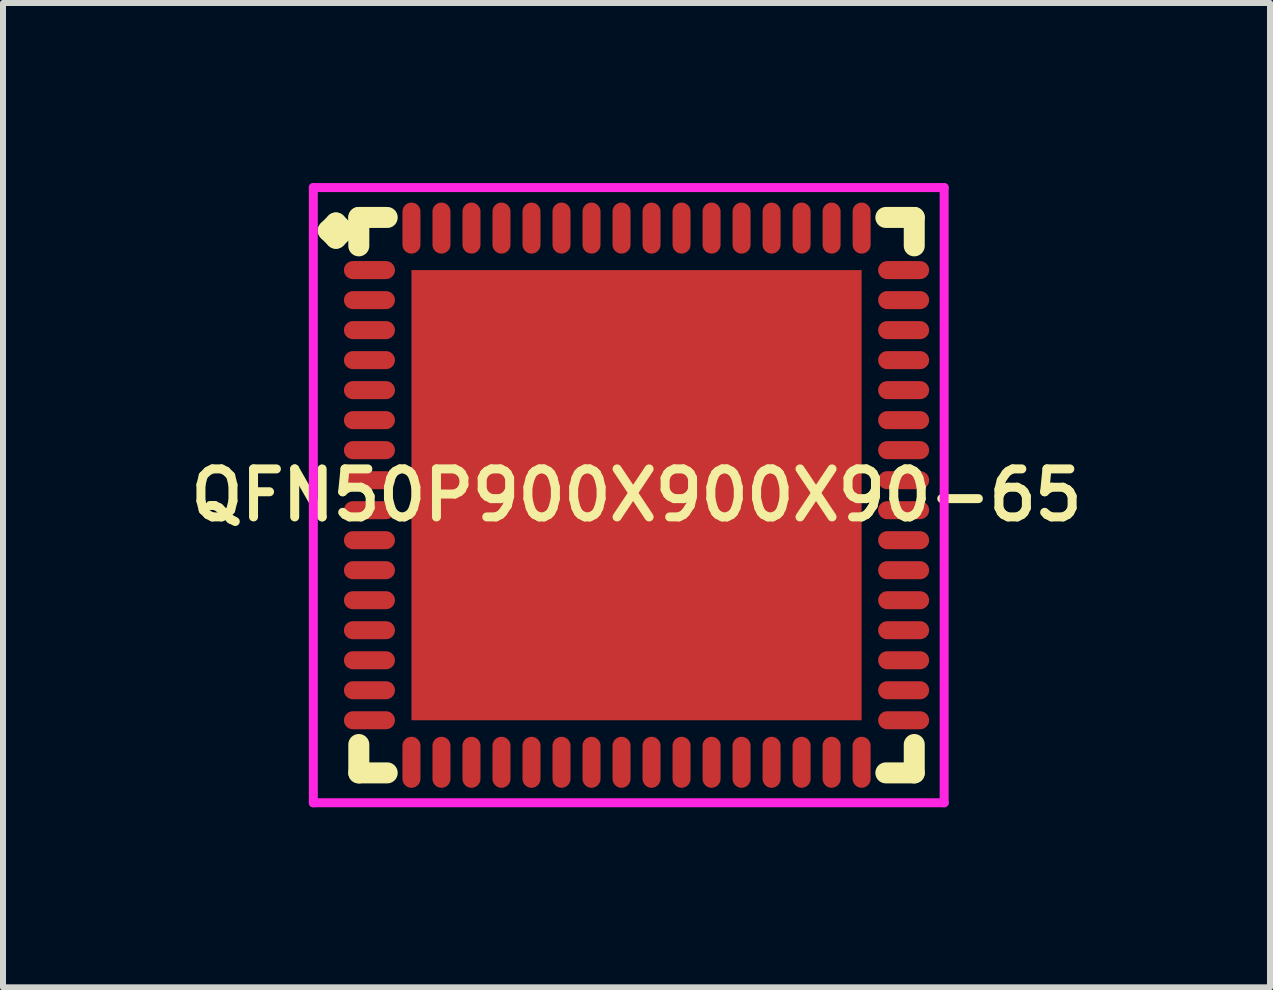
<source format=kicad_pcb>
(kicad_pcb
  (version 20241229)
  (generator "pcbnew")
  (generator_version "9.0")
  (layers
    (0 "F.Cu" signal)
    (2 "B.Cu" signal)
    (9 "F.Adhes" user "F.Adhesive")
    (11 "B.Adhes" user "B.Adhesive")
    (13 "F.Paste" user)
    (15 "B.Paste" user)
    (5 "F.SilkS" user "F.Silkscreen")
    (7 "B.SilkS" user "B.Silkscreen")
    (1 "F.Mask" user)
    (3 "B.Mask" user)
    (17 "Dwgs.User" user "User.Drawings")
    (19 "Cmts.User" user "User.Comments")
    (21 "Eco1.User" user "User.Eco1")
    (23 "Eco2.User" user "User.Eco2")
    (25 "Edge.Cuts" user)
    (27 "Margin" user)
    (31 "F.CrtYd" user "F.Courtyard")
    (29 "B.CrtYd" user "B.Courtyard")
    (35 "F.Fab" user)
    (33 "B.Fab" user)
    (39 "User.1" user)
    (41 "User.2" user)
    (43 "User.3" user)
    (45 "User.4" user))
  (footprint "QFN50P900X900X90-65"
    (layer "F.Cu")
    (at 7.555 5.2)
    (property "Reference" "QFN50P900X900X90-65" (at 0 0 0) (layer "F.SilkS") (effects (font (size 0.8 0.8) (thickness 0.15))))
    (attr smd)
    (fp_line (start -5.135 -4.408) (end -5.008 -4.535) (stroke (width 0.35) (type solid)) (layer "F.SilkS"))
    (fp_line (start -5.008 -4.535) (end -4.881 -4.408) (stroke (width 0.35) (type solid)) (layer "F.SilkS"))
    (fp_line (start -5.008 -4.281) (end -5.135 -4.408) (stroke (width 0.35) (type solid)) (layer "F.SilkS"))
    (fp_line (start -4.881 -4.408) (end -5.008 -4.281) (stroke (width 0.35) (type solid)) (layer "F.SilkS"))
    (fp_line (start -4.627 -4.627) (end -4.154 -4.627) (stroke (width 0.35) (type solid)) (layer "F.SilkS"))
    (fp_line (start -4.627 -4.154) (end -4.627 -4.627) (stroke (width 0.35) (type solid)) (layer "F.SilkS"))
    (fp_line (start -4.627 4.154) (end -4.627 4.627) (stroke (width 0.35) (type solid)) (layer "F.SilkS"))
    (fp_line (start -4.627 4.627) (end -4.154 4.627) (stroke (width 0.35) (type solid)) (layer "F.SilkS"))
    (fp_line (start 4.154 -4.627) (end 4.627 -4.627) (stroke (width 0.35) (type solid)) (layer "F.SilkS"))
    (fp_line (start 4.154 4.627) (end 4.627 4.627) (stroke (width 0.35) (type solid)) (layer "F.SilkS"))
    (fp_line (start 4.627 -4.627) (end 4.627 -4.154) (stroke (width 0.35) (type solid)) (layer "F.SilkS"))
    (fp_line (start 4.627 4.627) (end 4.627 4.154) (stroke (width 0.35) (type solid)) (layer "F.SilkS"))
    (fp_line (start -5.385 -5.125) (end 5.125 -5.125) (stroke (width 0.15) (type solid)) (layer "F.CrtYd"))
    (fp_line (start -5.385 5.125) (end -5.385 -5.125) (stroke (width 0.15) (type solid)) (layer "F.CrtYd"))
    (fp_line (start 5.125 -5.125) (end 5.125 5.125) (stroke (width 0.15) (type solid)) (layer "F.CrtYd"))
    (fp_line (start 5.125 5.125) (end -5.385 5.125) (stroke (width 0.15) (type solid)) (layer "F.CrtYd"))
    (pad "1" smd oval (at -4.45 -3.75) (size 0.85 0.3) (layers "F.Cu" "F.Mask" "F.Paste"))
    (pad "2" smd oval (at -4.45 -3.25) (size 0.85 0.3) (layers "F.Cu" "F.Mask" "F.Paste"))
    (pad "3" smd oval (at -4.45 -2.75) (size 0.85 0.3) (layers "F.Cu" "F.Mask" "F.Paste"))
    (pad "4" smd oval (at -4.45 -2.25) (size 0.85 0.3) (layers "F.Cu" "F.Mask" "F.Paste"))
    (pad "5" smd oval (at -4.45 -1.75) (size 0.85 0.3) (layers "F.Cu" "F.Mask" "F.Paste"))
    (pad "6" smd oval (at -4.45 -1.25) (size 0.85 0.3) (layers "F.Cu" "F.Mask" "F.Paste"))
    (pad "7" smd oval (at -4.45 -0.75) (size 0.85 0.3) (layers "F.Cu" "F.Mask" "F.Paste"))
    (pad "8" smd oval (at -4.45 -0.25) (size 0.85 0.3) (layers "F.Cu" "F.Mask" "F.Paste"))
    (pad "9" smd oval (at -4.45 0.25) (size 0.85 0.3) (layers "F.Cu" "F.Mask" "F.Paste"))
    (pad "10" smd oval (at -4.45 0.75) (size 0.85 0.3) (layers "F.Cu" "F.Mask" "F.Paste"))
    (pad "11" smd oval (at -4.45 1.25) (size 0.85 0.3) (layers "F.Cu" "F.Mask" "F.Paste"))
    (pad "12" smd oval (at -4.45 1.75) (size 0.85 0.3) (layers "F.Cu" "F.Mask" "F.Paste"))
    (pad "13" smd oval (at -4.45 2.25) (size 0.85 0.3) (layers "F.Cu" "F.Mask" "F.Paste"))
    (pad "14" smd oval (at -4.45 2.75) (size 0.85 0.3) (layers "F.Cu" "F.Mask" "F.Paste"))
    (pad "15" smd oval (at -4.45 3.25) (size 0.85 0.3) (layers "F.Cu" "F.Mask" "F.Paste"))
    (pad "16" smd oval (at -4.45 3.75) (size 0.85 0.3) (layers "F.Cu" "F.Mask" "F.Paste"))
    (pad "17" smd oval (at -3.75 4.45) (size 0.3 0.85) (layers "F.Cu" "F.Mask" "F.Paste"))
    (pad "18" smd oval (at -3.25 4.45) (size 0.3 0.85) (layers "F.Cu" "F.Mask" "F.Paste"))
    (pad "19" smd oval (at -2.75 4.45) (size 0.3 0.85) (layers "F.Cu" "F.Mask" "F.Paste"))
    (pad "20" smd oval (at -2.25 4.45) (size 0.3 0.85) (layers "F.Cu" "F.Mask" "F.Paste"))
    (pad "21" smd oval (at -1.75 4.45) (size 0.3 0.85) (layers "F.Cu" "F.Mask" "F.Paste"))
    (pad "22" smd oval (at -1.25 4.45) (size 0.3 0.85) (layers "F.Cu" "F.Mask" "F.Paste"))
    (pad "23" smd oval (at -0.75 4.45) (size 0.3 0.85) (layers "F.Cu" "F.Mask" "F.Paste"))
    (pad "24" smd oval (at -0.25 4.45) (size 0.3 0.85) (layers "F.Cu" "F.Mask" "F.Paste"))
    (pad "25" smd oval (at 0.25 4.45) (size 0.3 0.85) (layers "F.Cu" "F.Mask" "F.Paste"))
    (pad "26" smd oval (at 0.75 4.45) (size 0.3 0.85) (layers "F.Cu" "F.Mask" "F.Paste"))
    (pad "27" smd oval (at 1.25 4.45) (size 0.3 0.85) (layers "F.Cu" "F.Mask" "F.Paste"))
    (pad "28" smd oval (at 1.75 4.45) (size 0.3 0.85) (layers "F.Cu" "F.Mask" "F.Paste"))
    (pad "29" smd oval (at 2.25 4.45) (size 0.3 0.85) (layers "F.Cu" "F.Mask" "F.Paste"))
    (pad "30" smd oval (at 2.75 4.45) (size 0.3 0.85) (layers "F.Cu" "F.Mask" "F.Paste"))
    (pad "31" smd oval (at 3.25 4.45) (size 0.3 0.85) (layers "F.Cu" "F.Mask" "F.Paste"))
    (pad "32" smd oval (at 3.75 4.45) (size 0.3 0.85) (layers "F.Cu" "F.Mask" "F.Paste"))
    (pad "33" smd oval (at 4.45 3.75) (size 0.85 0.3) (layers "F.Cu" "F.Mask" "F.Paste"))
    (pad "34" smd oval (at 4.45 3.25) (size 0.85 0.3) (layers "F.Cu" "F.Mask" "F.Paste"))
    (pad "35" smd oval (at 4.45 2.75) (size 0.85 0.3) (layers "F.Cu" "F.Mask" "F.Paste"))
    (pad "36" smd oval (at 4.45 2.25) (size 0.85 0.3) (layers "F.Cu" "F.Mask" "F.Paste"))
    (pad "37" smd oval (at 4.45 1.75) (size 0.85 0.3) (layers "F.Cu" "F.Mask" "F.Paste"))
    (pad "38" smd oval (at 4.45 1.25) (size 0.85 0.3) (layers "F.Cu" "F.Mask" "F.Paste"))
    (pad "39" smd oval (at 4.45 0.75) (size 0.85 0.3) (layers "F.Cu" "F.Mask" "F.Paste"))
    (pad "40" smd oval (at 4.45 0.25) (size 0.85 0.3) (layers "F.Cu" "F.Mask" "F.Paste"))
    (pad "41" smd oval (at 4.45 -0.25) (size 0.85 0.3) (layers "F.Cu" "F.Mask" "F.Paste"))
    (pad "42" smd oval (at 4.45 -0.75) (size 0.85 0.3) (layers "F.Cu" "F.Mask" "F.Paste"))
    (pad "43" smd oval (at 4.45 -1.25) (size 0.85 0.3) (layers "F.Cu" "F.Mask" "F.Paste"))
    (pad "44" smd oval (at 4.45 -1.75) (size 0.85 0.3) (layers "F.Cu" "F.Mask" "F.Paste"))
    (pad "45" smd oval (at 4.45 -2.25) (size 0.85 0.3) (layers "F.Cu" "F.Mask" "F.Paste"))
    (pad "46" smd oval (at 4.45 -2.75) (size 0.85 0.3) (layers "F.Cu" "F.Mask" "F.Paste"))
    (pad "47" smd oval (at 4.45 -3.25) (size 0.85 0.3) (layers "F.Cu" "F.Mask" "F.Paste"))
    (pad "48" smd oval (at 4.45 -3.75) (size 0.85 0.3) (layers "F.Cu" "F.Mask" "F.Paste"))
    (pad "49" smd oval (at 3.75 -4.45) (size 0.3 0.85) (layers "F.Cu" "F.Mask" "F.Paste"))
    (pad "50" smd oval (at 3.25 -4.45) (size 0.3 0.85) (layers "F.Cu" "F.Mask" "F.Paste"))
    (pad "51" smd oval (at 2.75 -4.45) (size 0.3 0.85) (layers "F.Cu" "F.Mask" "F.Paste"))
    (pad "52" smd oval (at 2.25 -4.45) (size 0.3 0.85) (layers "F.Cu" "F.Mask" "F.Paste"))
    (pad "53" smd oval (at 1.75 -4.45) (size 0.3 0.85) (layers "F.Cu" "F.Mask" "F.Paste"))
    (pad "54" smd oval (at 1.25 -4.45) (size 0.3 0.85) (layers "F.Cu" "F.Mask" "F.Paste"))
    (pad "55" smd oval (at 0.75 -4.45) (size 0.3 0.85) (layers "F.Cu" "F.Mask" "F.Paste"))
    (pad "56" smd oval (at 0.25 -4.45) (size 0.3 0.85) (layers "F.Cu" "F.Mask" "F.Paste"))
    (pad "57" smd oval (at -0.25 -4.45) (size 0.3 0.85) (layers "F.Cu" "F.Mask" "F.Paste"))
    (pad "58" smd oval (at -0.75 -4.45) (size 0.3 0.85) (layers "F.Cu" "F.Mask" "F.Paste"))
    (pad "59" smd oval (at -1.25 -4.45) (size 0.3 0.85) (layers "F.Cu" "F.Mask" "F.Paste"))
    (pad "60" smd oval (at -1.75 -4.45) (size 0.3 0.85) (layers "F.Cu" "F.Mask" "F.Paste"))
    (pad "61" smd oval (at -2.25 -4.45) (size 0.3 0.85) (layers "F.Cu" "F.Mask" "F.Paste"))
    (pad "62" smd oval (at -2.75 -4.45) (size 0.3 0.85) (layers "F.Cu" "F.Mask" "F.Paste"))
    (pad "63" smd oval (at -3.25 -4.45) (size 0.3 0.85) (layers "F.Cu" "F.Mask" "F.Paste"))
    (pad "64" smd oval (at -3.75 -4.45) (size 0.3 0.85) (layers "F.Cu" "F.Mask" "F.Paste"))
    (pad "65" smd rect (at 0 0) (size 7.5 7.5) (layers "F.Cu" "F.Mask" "F.Paste")))
  (gr_rect
    (start -3 -3)
    (end 18.109 13.4)
    (stroke (width 0.1) (type default))
    (fill no)
    (layer "Edge.Cuts")))
</source>
